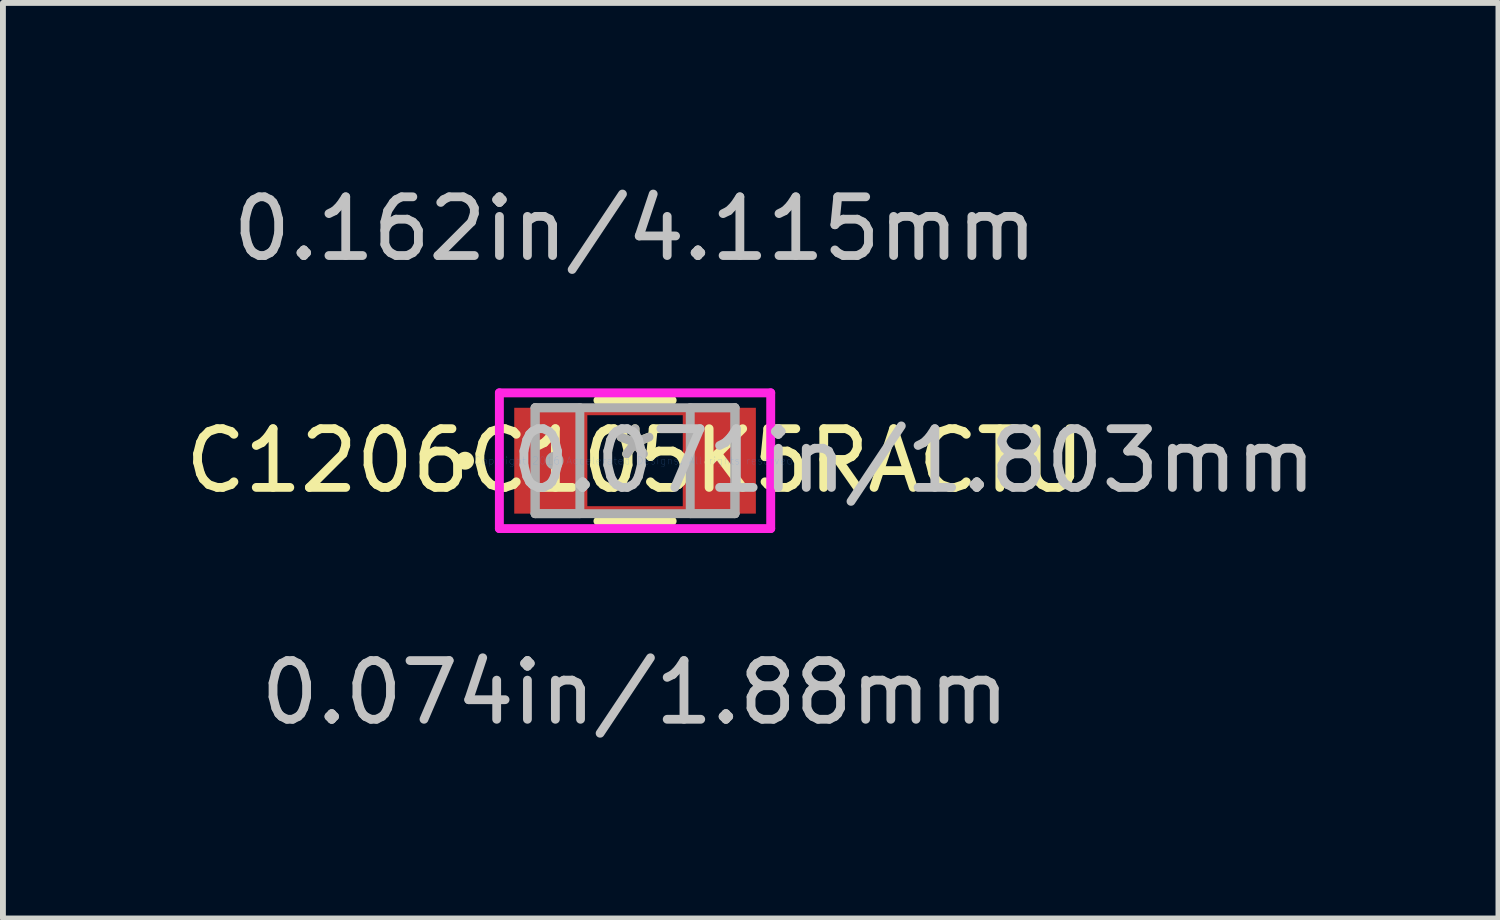
<source format=kicad_pcb>
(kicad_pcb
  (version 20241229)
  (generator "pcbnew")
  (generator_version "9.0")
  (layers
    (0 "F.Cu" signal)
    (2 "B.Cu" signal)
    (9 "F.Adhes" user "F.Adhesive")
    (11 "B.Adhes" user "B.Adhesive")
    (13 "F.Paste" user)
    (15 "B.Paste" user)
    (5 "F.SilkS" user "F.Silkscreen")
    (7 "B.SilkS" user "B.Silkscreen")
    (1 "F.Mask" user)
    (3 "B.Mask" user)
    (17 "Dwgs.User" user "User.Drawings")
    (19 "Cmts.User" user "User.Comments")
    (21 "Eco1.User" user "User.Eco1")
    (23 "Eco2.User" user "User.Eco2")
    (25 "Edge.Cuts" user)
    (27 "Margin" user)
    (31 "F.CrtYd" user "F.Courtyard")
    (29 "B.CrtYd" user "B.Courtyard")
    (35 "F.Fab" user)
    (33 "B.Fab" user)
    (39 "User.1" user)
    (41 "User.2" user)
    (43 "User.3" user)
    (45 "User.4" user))
  (footprint "C1206C105K5RACTU"
    (layer "F.Cu")
    (at 7.768 4.798)
    (property "Reference" "C1206C105K5RACTU" (at 0 0 0) (layer "F.SilkS") (effects (font (size 1 1) (thickness 0.15))))
    (attr through_hole)
    (fp_line (start -0.889 -0.851) (end 0.889 -0.851) (stroke (width 0.152) (type solid)) (layer "F.Cu"))
    (fp_line (start -0.889 0.851) (end -0.889 -0.851) (stroke (width 0.152) (type solid)) (layer "F.Cu"))
    (fp_line (start 0.889 -0.851) (end 0.889 0.851) (stroke (width 0.152) (type solid)) (layer "F.Cu"))
    (fp_line (start 0.889 0.851) (end -0.889 0.851) (stroke (width 0.152) (type solid)) (layer "F.Cu"))
    (fp_line (start -0.632 1.029) (end 0.632 1.029) (stroke (width 0.152) (type solid)) (layer "F.SilkS"))
    (fp_line (start 0.632 -1.029) (end -0.632 -1.029) (stroke (width 0.152) (type solid)) (layer "F.SilkS"))
    (fp_circle (center -2.896 0) (end -2.819 0) (stroke (width 0.152) (type solid)) (fill no) (layer "F.SilkS"))
    (fp_line (start -2.311 -1.156) (end 2.311 -1.156) (stroke (width 0.152) (type solid)) (layer "F.CrtYd"))
    (fp_line (start -2.311 1.156) (end -2.311 -1.156) (stroke (width 0.152) (type solid)) (layer "F.CrtYd"))
    (fp_line (start 2.311 -1.156) (end 2.311 1.156) (stroke (width 0.152) (type solid)) (layer "F.CrtYd"))
    (fp_line (start 2.311 1.156) (end -2.311 1.156) (stroke (width 0.152) (type solid)) (layer "F.CrtYd"))
    (fp_line (start -1.702 -0.902) (end -1.702 0.902) (stroke (width 0.152) (type solid)) (layer "F.Fab"))
    (fp_line (start -1.702 -0.902) (end -1.702 0.902) (stroke (width 0.152) (type solid)) (layer "F.Fab"))
    (fp_line (start -1.702 0.902) (end -0.94 0.902) (stroke (width 0.152) (type solid)) (layer "F.Fab"))
    (fp_line (start -1.702 0.902) (end 1.702 0.902) (stroke (width 0.152) (type solid)) (layer "F.Fab"))
    (fp_line (start -0.94 -0.902) (end -1.702 -0.902) (stroke (width 0.152) (type solid)) (layer "F.Fab"))
    (fp_line (start -0.94 0.902) (end -0.94 -0.902) (stroke (width 0.152) (type solid)) (layer "F.Fab"))
    (fp_line (start 0.94 -0.902) (end 0.94 0.902) (stroke (width 0.152) (type solid)) (layer "F.Fab"))
    (fp_line (start 0.94 0.902) (end 1.702 0.902) (stroke (width 0.152) (type solid)) (layer "F.Fab"))
    (fp_line (start 1.702 -0.902) (end -1.702 -0.902) (stroke (width 0.152) (type solid)) (layer "F.Fab"))
    (fp_line (start 1.702 -0.902) (end 0.94 -0.902) (stroke (width 0.152) (type solid)) (layer "F.Fab"))
    (fp_line (start 1.702 0.902) (end 1.702 -0.902) (stroke (width 0.152) (type solid)) (layer "F.Fab"))
    (fp_line (start 1.702 0.902) (end 1.702 -0.902) (stroke (width 0.152) (type solid)) (layer "F.Fab"))
    (fp_circle (center -1.372 0) (end -1.295 0) (stroke (width 0.152) (type solid)) (fill no) (layer "F.Fab"))
    (fp_text user "*" (at 0 0 0) (layer "F.SilkS") (effects (font (size 1 1) (thickness 0.15))))
    (fp_text user "0.074in/1.88mm" (at 0 3.95 0) (layer "Dwgs.User") (effects (font (size 1 1) (thickness 0.15))))
    (fp_text user "0.071in/1.803mm" (at 4.75 0 0) (layer "Dwgs.User") (effects (font (size 1 1) (thickness 0.15))))
    (fp_text user "0.162in/4.115mm" (at 0 -3.95 0) (layer "Dwgs.User") (effects (font (size 1 1) (thickness 0.15))))
    (fp_text user "Copyright 2016 Accelerated Designs. All rights reserved." (at 0 0 0) (layer "Cmts.User") (effects (font (size 0.127 0.127) (thickness 0.002))))
    (fp_text user "*" (at 0 0 0) (layer "F.Fab") (effects (font (size 1 1) (thickness 0.15))))
    (pad "1" smd rect (at -1.499 0) (size 1.118 1.803) (layers "F.Cu" "F.Mask" "F.Paste"))
    (pad "2" smd rect (at 1.499 0) (size 1.118 1.803) (layers "F.Cu" "F.Mask" "F.Paste")))
  (gr_rect
    (start -3 -3)
    (end 22.476 12.596)
    (stroke (width 0.1) (type default))
    (fill no)
    (layer "Edge.Cuts")))
</source>
